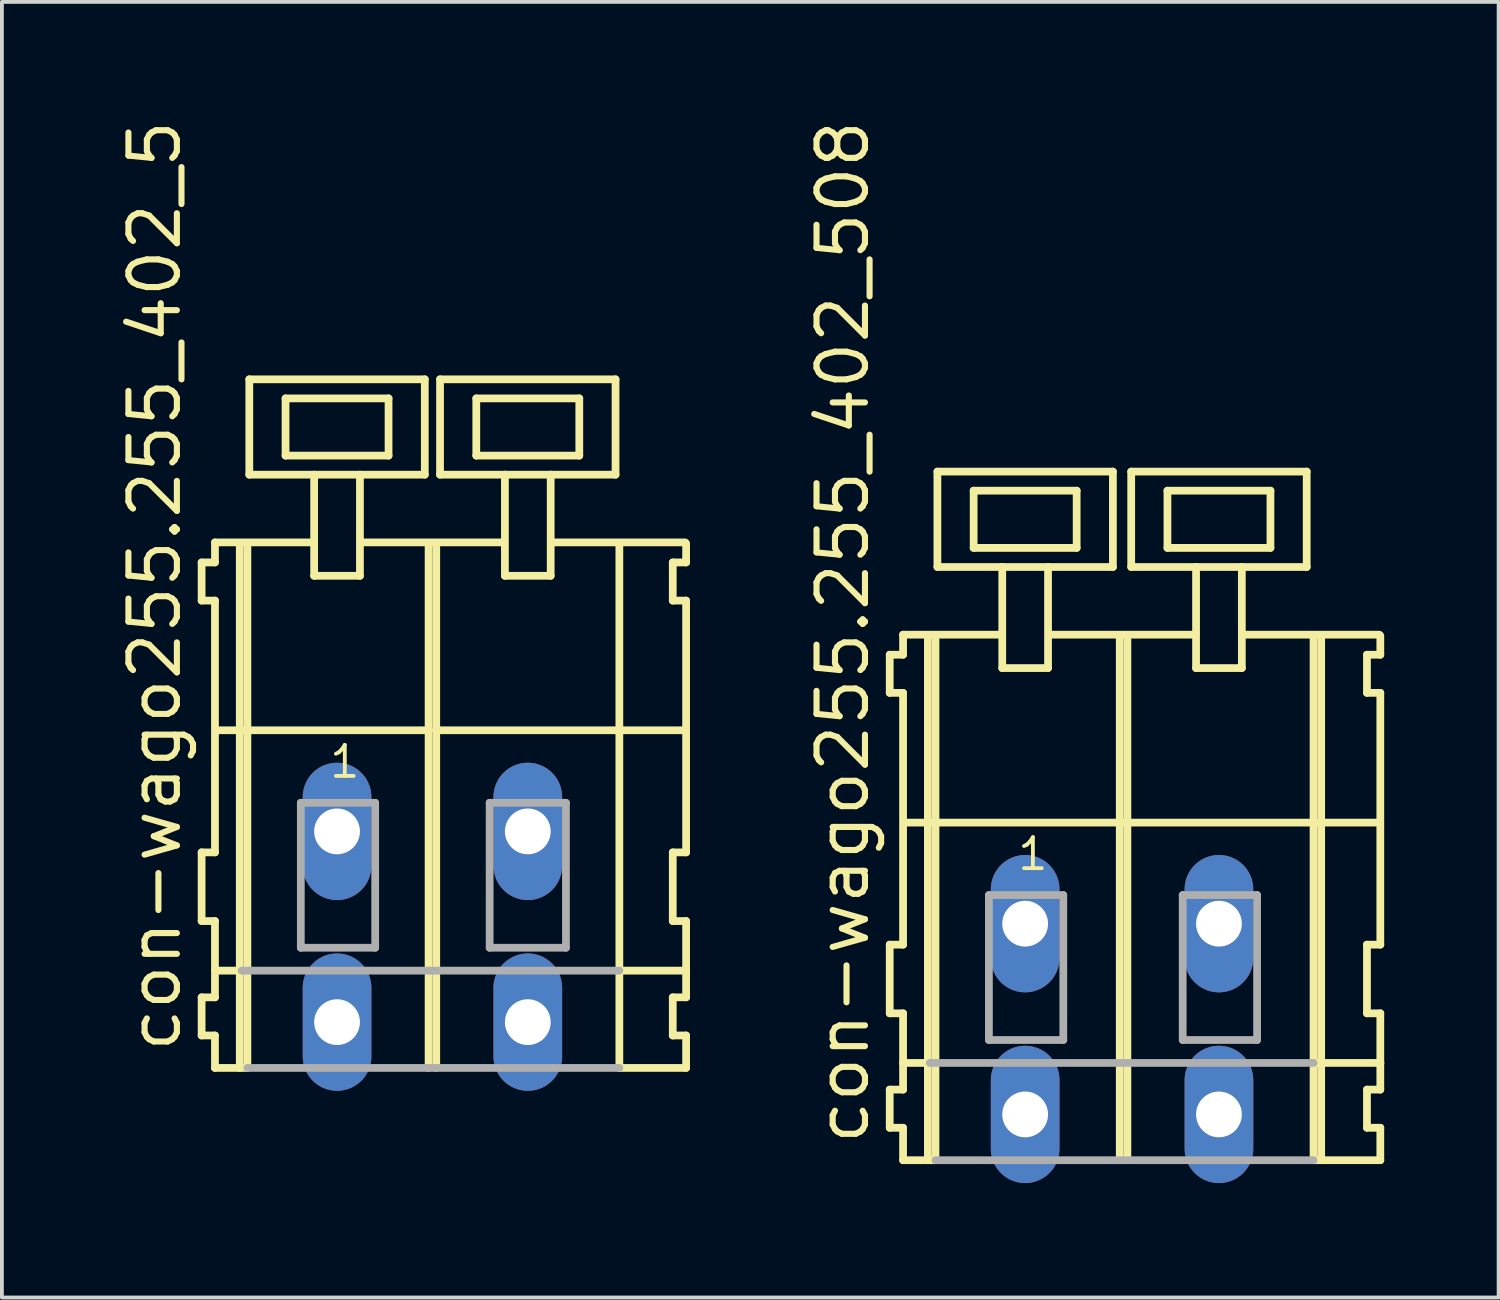
<source format=kicad_pcb>
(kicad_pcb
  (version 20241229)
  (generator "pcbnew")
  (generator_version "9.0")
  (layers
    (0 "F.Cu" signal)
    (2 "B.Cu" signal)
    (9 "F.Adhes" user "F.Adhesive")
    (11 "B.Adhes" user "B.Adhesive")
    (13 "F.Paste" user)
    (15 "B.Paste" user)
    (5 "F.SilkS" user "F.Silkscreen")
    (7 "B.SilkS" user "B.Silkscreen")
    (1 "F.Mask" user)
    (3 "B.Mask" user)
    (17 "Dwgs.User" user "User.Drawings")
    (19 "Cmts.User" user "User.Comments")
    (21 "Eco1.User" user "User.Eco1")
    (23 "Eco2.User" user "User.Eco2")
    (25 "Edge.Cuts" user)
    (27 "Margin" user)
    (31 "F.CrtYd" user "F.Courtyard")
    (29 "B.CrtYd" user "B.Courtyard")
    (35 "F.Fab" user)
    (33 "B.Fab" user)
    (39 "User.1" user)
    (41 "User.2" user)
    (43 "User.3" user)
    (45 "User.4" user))
  (footprint "con-wago255.255_402_5"
    (layer "F.Cu")
    (at 8.285 18.743)
    (property "Reference" "con-wago255.255_402_5" (at -6.535 5.855 90) (layer "F.SilkS") (effects (font (size 1.27 1.27) (thickness 0.16)) (justify left bottom)))
    (attr through_hole)
    (fp_line (start -6.05 -7.05) (end -6.05 -6.05) (stroke (width 0.203) (type default)) (layer "F.SilkS"))
    (fp_line (start -6.05 -6.05) (end -5.7 -6.05) (stroke (width 0.203) (type default)) (layer "F.SilkS"))
    (fp_line (start -6.05 0.55) (end -6.05 2.35) (stroke (width 0.203) (type default)) (layer "F.SilkS"))
    (fp_line (start -6.05 2.35) (end -5.7 2.35) (stroke (width 0.203) (type default)) (layer "F.SilkS"))
    (fp_line (start -6.05 4.35) (end -6.05 5.35) (stroke (width 0.203) (type default)) (layer "F.SilkS"))
    (fp_line (start -6.05 5.35) (end -5.7 5.35) (stroke (width 0.203) (type default)) (layer "F.SilkS"))
    (fp_line (start -5.7 -7.575) (end -5.7 -7.05) (stroke (width 0.203) (type default)) (layer "F.SilkS"))
    (fp_line (start -5.7 -7.575) (end -3.125 -7.575) (stroke (width 0.203) (type default)) (layer "F.SilkS"))
    (fp_line (start -5.7 -7.05) (end -6.05 -7.05) (stroke (width 0.203) (type default)) (layer "F.SilkS"))
    (fp_line (start -5.7 -6.05) (end -5.7 0.55) (stroke (width 0.203) (type default)) (layer "F.SilkS"))
    (fp_line (start -5.7 0.55) (end -6.05 0.55) (stroke (width 0.203) (type default)) (layer "F.SilkS"))
    (fp_line (start -5.7 2.35) (end -5.7 4.35) (stroke (width 0.203) (type default)) (layer "F.SilkS"))
    (fp_line (start -5.7 3.65) (end -5 3.65) (stroke (width 0.203) (type default)) (layer "F.SilkS"))
    (fp_line (start -5.7 4.35) (end -6.05 4.35) (stroke (width 0.203) (type default)) (layer "F.SilkS"))
    (fp_line (start -5.7 5.35) (end -5.7 6.2) (stroke (width 0.203) (type default)) (layer "F.SilkS"))
    (fp_line (start -5.7 6.2) (end -5.05 6.2) (stroke (width 0.203) (type default)) (layer "F.SilkS"))
    (fp_line (start -5.65 -2.65) (end -0.1 -2.65) (stroke (width 0.203) (type default)) (layer "F.SilkS"))
    (fp_line (start -5.05 -7.55) (end -5.05 6.2) (stroke (width 0.203) (type default)) (layer "F.SilkS"))
    (fp_line (start -5.05 6.2) (end -4.85 6.2) (stroke (width 0.203) (type default)) (layer "F.SilkS"))
    (fp_line (start -4.85 -7.55) (end -4.85 6.2) (stroke (width 0.203) (type default)) (layer "F.SilkS"))
    (fp_line (start -4.8 -11.85) (end -4.8 -9.35) (stroke (width 0.203) (type default)) (layer "F.SilkS"))
    (fp_line (start -4.8 -9.35) (end -3.1 -9.35) (stroke (width 0.203) (type default)) (layer "F.SilkS"))
    (fp_line (start -3.85 -11.35) (end -3.85 -9.85) (stroke (width 0.203) (type default)) (layer "F.SilkS"))
    (fp_line (start -3.85 -9.85) (end -1.15 -9.85) (stroke (width 0.203) (type default)) (layer "F.SilkS"))
    (fp_line (start -3.1 -9.35) (end -3.1 -6.7) (stroke (width 0.203) (type default)) (layer "F.SilkS"))
    (fp_line (start -3.1 -9.35) (end -1.9 -9.35) (stroke (width 0.203) (type default)) (layer "F.SilkS"))
    (fp_line (start -3.1 -6.7) (end -1.9 -6.7) (stroke (width 0.203) (type default)) (layer "F.SilkS"))
    (fp_line (start -1.9 -9.35) (end -0.2 -9.35) (stroke (width 0.203) (type default)) (layer "F.SilkS"))
    (fp_line (start -1.9 -6.7) (end -1.9 -9.35) (stroke (width 0.203) (type default)) (layer "F.SilkS"))
    (fp_line (start -1.825 -7.575) (end 1.875 -7.575) (stroke (width 0.203) (type default)) (layer "F.SilkS"))
    (fp_line (start -1.15 -11.35) (end -3.85 -11.35) (stroke (width 0.203) (type default)) (layer "F.SilkS"))
    (fp_line (start -1.15 -9.85) (end -1.15 -11.35) (stroke (width 0.203) (type default)) (layer "F.SilkS"))
    (fp_line (start -0.2 -11.85) (end -4.8 -11.85) (stroke (width 0.203) (type default)) (layer "F.SilkS"))
    (fp_line (start -0.2 -9.35) (end -0.2 -11.85) (stroke (width 0.203) (type default)) (layer "F.SilkS"))
    (fp_line (start -0.1 -7.55) (end -0.1 -2.65) (stroke (width 0.203) (type default)) (layer "F.SilkS"))
    (fp_line (start -0.1 -2.65) (end -0.1 6.2) (stroke (width 0.203) (type default)) (layer "F.SilkS"))
    (fp_line (start 0.1 -7.55) (end 0.1 -2.65) (stroke (width 0.203) (type default)) (layer "F.SilkS"))
    (fp_line (start 0.1 -2.65) (end 0.1 6.2) (stroke (width 0.203) (type default)) (layer "F.SilkS"))
    (fp_line (start 0.1 -2.65) (end 4.9 -2.65) (stroke (width 0.203) (type default)) (layer "F.SilkS"))
    (fp_line (start 0.2 -11.85) (end 0.2 -9.35) (stroke (width 0.203) (type default)) (layer "F.SilkS"))
    (fp_line (start 0.2 -9.35) (end 1.9 -9.35) (stroke (width 0.203) (type default)) (layer "F.SilkS"))
    (fp_line (start 1.15 -11.35) (end 1.15 -9.85) (stroke (width 0.203) (type default)) (layer "F.SilkS"))
    (fp_line (start 1.15 -9.85) (end 3.85 -9.85) (stroke (width 0.203) (type default)) (layer "F.SilkS"))
    (fp_line (start 1.9 -9.35) (end 1.9 -6.7) (stroke (width 0.203) (type default)) (layer "F.SilkS"))
    (fp_line (start 1.9 -9.35) (end 3.1 -9.35) (stroke (width 0.203) (type default)) (layer "F.SilkS"))
    (fp_line (start 1.9 -6.7) (end 3.1 -6.7) (stroke (width 0.203) (type default)) (layer "F.SilkS"))
    (fp_line (start 3.1 -9.35) (end 4.8 -9.35) (stroke (width 0.203) (type default)) (layer "F.SilkS"))
    (fp_line (start 3.1 -6.7) (end 3.1 -9.35) (stroke (width 0.203) (type default)) (layer "F.SilkS"))
    (fp_line (start 3.125 -7.575) (end 6.625 -7.575) (stroke (width 0.203) (type default)) (layer "F.SilkS"))
    (fp_line (start 3.85 -11.35) (end 1.15 -11.35) (stroke (width 0.203) (type default)) (layer "F.SilkS"))
    (fp_line (start 3.85 -9.85) (end 3.85 -11.35) (stroke (width 0.203) (type default)) (layer "F.SilkS"))
    (fp_line (start 4.8 -11.85) (end 0.2 -11.85) (stroke (width 0.203) (type default)) (layer "F.SilkS"))
    (fp_line (start 4.8 -9.35) (end 4.8 -11.85) (stroke (width 0.203) (type default)) (layer "F.SilkS"))
    (fp_line (start 4.9 -7.55) (end 4.9 -2.65) (stroke (width 0.203) (type default)) (layer "F.SilkS"))
    (fp_line (start 4.9 -2.65) (end 4.9 6.2) (stroke (width 0.203) (type default)) (layer "F.SilkS"))
    (fp_line (start 4.9 -2.65) (end 6.6 -2.65) (stroke (width 0.203) (type default)) (layer "F.SilkS"))
    (fp_line (start 4.9 6.2) (end 6.65 6.2) (stroke (width 0.203) (type default)) (layer "F.SilkS"))
    (fp_line (start 4.95 3.65) (end 6.65 3.65) (stroke (width 0.203) (type default)) (layer "F.SilkS"))
    (fp_line (start 6.3 -7.05) (end 6.3 -6.05) (stroke (width 0.203) (type default)) (layer "F.SilkS"))
    (fp_line (start 6.3 -6.05) (end 6.65 -6.05) (stroke (width 0.203) (type default)) (layer "F.SilkS"))
    (fp_line (start 6.3 0.55) (end 6.3 2.35) (stroke (width 0.203) (type default)) (layer "F.SilkS"))
    (fp_line (start 6.3 2.35) (end 6.65 2.35) (stroke (width 0.203) (type default)) (layer "F.SilkS"))
    (fp_line (start 6.3 4.35) (end 6.3 5.35) (stroke (width 0.203) (type default)) (layer "F.SilkS"))
    (fp_line (start 6.3 5.35) (end 6.65 5.35) (stroke (width 0.203) (type default)) (layer "F.SilkS"))
    (fp_line (start 6.65 -7.05) (end 6.3 -7.05) (stroke (width 0.203) (type default)) (layer "F.SilkS"))
    (fp_line (start 6.65 -7.05) (end 6.65 -7.55) (stroke (width 0.203) (type default)) (layer "F.SilkS"))
    (fp_line (start 6.65 0.55) (end 6.3 0.55) (stroke (width 0.203) (type default)) (layer "F.SilkS"))
    (fp_line (start 6.65 0.55) (end 6.65 -6.05) (stroke (width 0.203) (type default)) (layer "F.SilkS"))
    (fp_line (start 6.65 3.65) (end 6.65 2.35) (stroke (width 0.203) (type default)) (layer "F.SilkS"))
    (fp_line (start 6.65 4.35) (end 6.3 4.35) (stroke (width 0.203) (type default)) (layer "F.SilkS"))
    (fp_line (start 6.65 4.35) (end 6.65 3.65) (stroke (width 0.203) (type default)) (layer "F.SilkS"))
    (fp_line (start 6.65 6.2) (end 6.65 5.35) (stroke (width 0.203) (type default)) (layer "F.SilkS"))
    (fp_line (start -5 3.65) (end 4.9 3.65) (stroke (width 0.203) (type default)) (layer "F.Fab"))
    (fp_line (start -4.85 6.2) (end 4.9 6.2) (stroke (width 0.203) (type default)) (layer "F.Fab"))
    (fp_line (start -3.45 -0.75) (end -3.45 3.05) (stroke (width 0.203) (type default)) (layer "F.Fab"))
    (fp_line (start -3.45 3.05) (end -1.5 3.05) (stroke (width 0.203) (type default)) (layer "F.Fab"))
    (fp_line (start -1.5 -0.75) (end -3.45 -0.75) (stroke (width 0.203) (type default)) (layer "F.Fab"))
    (fp_line (start -1.5 3.05) (end -1.5 -0.75) (stroke (width 0.203) (type default)) (layer "F.Fab"))
    (fp_line (start 1.5 -0.75) (end 1.5 3.05) (stroke (width 0.203) (type default)) (layer "F.Fab"))
    (fp_line (start 1.5 3.05) (end 3.5 3.05) (stroke (width 0.203) (type default)) (layer "F.Fab"))
    (fp_line (start 3.5 -0.75) (end 1.5 -0.75) (stroke (width 0.203) (type default)) (layer "F.Fab"))
    (fp_line (start 3.5 3.05) (end 3.5 -0.75) (stroke (width 0.203) (type default)) (layer "F.Fab"))
    (fp_text user "1" (at -2.75 -1.35 0) (layer "F.SilkS") (effects (font (size 0.813 0.813) (thickness 0.1)) (justify left bottom)))
    (pad "A1" thru_hole oval (at -2.5 0 90) (size 3.6 1.8) (drill 1.2) (layers "*.Cu" "*.Mask"))
    (pad "A2" thru_hole oval (at 2.5 0 90) (size 3.6 1.8) (drill 1.2) (layers "*.Cu" "*.Mask"))
    (pad "B1" thru_hole oval (at -2.5 5 90) (size 3.6 1.8) (drill 1.2) (layers "*.Cu" "*.Mask"))
    (pad "B2" thru_hole oval (at 2.5 5 90) (size 3.6 1.8) (drill 1.2) (layers "*.Cu" "*.Mask")))
  (footprint "con-wago255.255_402_508"
    (layer "F.Cu")
    (at 26.362 21.162)
    (property "Reference" "con-wago255.255_402_508" (at -6.575 5.855 90) (layer "F.SilkS") (effects (font (size 1.27 1.27) (thickness 0.16)) (justify left bottom)))
    (attr through_hole)
    (fp_line (start -6.09 -7.05) (end -6.09 -6.05) (stroke (width 0.203) (type default)) (layer "F.SilkS"))
    (fp_line (start -6.09 -6.05) (end -5.74 -6.05) (stroke (width 0.203) (type default)) (layer "F.SilkS"))
    (fp_line (start -6.09 0.55) (end -6.09 2.35) (stroke (width 0.203) (type default)) (layer "F.SilkS"))
    (fp_line (start -6.09 2.35) (end -5.74 2.35) (stroke (width 0.203) (type default)) (layer "F.SilkS"))
    (fp_line (start -6.09 4.35) (end -6.09 5.35) (stroke (width 0.203) (type default)) (layer "F.SilkS"))
    (fp_line (start -6.09 5.35) (end -5.74 5.35) (stroke (width 0.203) (type default)) (layer "F.SilkS"))
    (fp_line (start -5.74 -7.575) (end -5.74 -7.05) (stroke (width 0.203) (type default)) (layer "F.SilkS"))
    (fp_line (start -5.74 -7.575) (end -3.165 -7.575) (stroke (width 0.203) (type default)) (layer "F.SilkS"))
    (fp_line (start -5.74 -7.05) (end -6.09 -7.05) (stroke (width 0.203) (type default)) (layer "F.SilkS"))
    (fp_line (start -5.74 -6.05) (end -5.74 0.55) (stroke (width 0.203) (type default)) (layer "F.SilkS"))
    (fp_line (start -5.74 0.55) (end -6.09 0.55) (stroke (width 0.203) (type default)) (layer "F.SilkS"))
    (fp_line (start -5.74 2.35) (end -5.74 4.35) (stroke (width 0.203) (type default)) (layer "F.SilkS"))
    (fp_line (start -5.74 3.65) (end -5.04 3.65) (stroke (width 0.203) (type default)) (layer "F.SilkS"))
    (fp_line (start -5.74 4.35) (end -6.09 4.35) (stroke (width 0.203) (type default)) (layer "F.SilkS"))
    (fp_line (start -5.74 5.35) (end -5.74 6.2) (stroke (width 0.203) (type default)) (layer "F.SilkS"))
    (fp_line (start -5.74 6.2) (end -5.09 6.2) (stroke (width 0.203) (type default)) (layer "F.SilkS"))
    (fp_line (start -5.69 -2.65) (end -0.06 -2.65) (stroke (width 0.203) (type default)) (layer "F.SilkS"))
    (fp_line (start -5.09 -7.55) (end -5.09 6.2) (stroke (width 0.203) (type default)) (layer "F.SilkS"))
    (fp_line (start -5.09 6.2) (end -4.89 6.2) (stroke (width 0.203) (type default)) (layer "F.SilkS"))
    (fp_line (start -4.89 -7.55) (end -4.89 6.2) (stroke (width 0.203) (type default)) (layer "F.SilkS"))
    (fp_line (start -4.84 -11.85) (end -4.84 -9.35) (stroke (width 0.203) (type default)) (layer "F.SilkS"))
    (fp_line (start -4.84 -9.35) (end -3.14 -9.35) (stroke (width 0.203) (type default)) (layer "F.SilkS"))
    (fp_line (start -3.89 -11.35) (end -3.89 -9.85) (stroke (width 0.203) (type default)) (layer "F.SilkS"))
    (fp_line (start -3.89 -9.85) (end -1.19 -9.85) (stroke (width 0.203) (type default)) (layer "F.SilkS"))
    (fp_line (start -3.14 -9.35) (end -3.14 -6.7) (stroke (width 0.203) (type default)) (layer "F.SilkS"))
    (fp_line (start -3.14 -9.35) (end -1.94 -9.35) (stroke (width 0.203) (type default)) (layer "F.SilkS"))
    (fp_line (start -3.14 -6.7) (end -1.94 -6.7) (stroke (width 0.203) (type default)) (layer "F.SilkS"))
    (fp_line (start -1.94 -9.35) (end -0.24 -9.35) (stroke (width 0.203) (type default)) (layer "F.SilkS"))
    (fp_line (start -1.94 -6.7) (end -1.94 -9.35) (stroke (width 0.203) (type default)) (layer "F.SilkS"))
    (fp_line (start -1.915 -7.575) (end 1.919 -7.575) (stroke (width 0.203) (type default)) (layer "F.SilkS"))
    (fp_line (start -1.19 -11.35) (end -3.89 -11.35) (stroke (width 0.203) (type default)) (layer "F.SilkS"))
    (fp_line (start -1.19 -9.85) (end -1.19 -11.35) (stroke (width 0.203) (type default)) (layer "F.SilkS"))
    (fp_line (start -0.24 -11.85) (end -4.84 -11.85) (stroke (width 0.203) (type default)) (layer "F.SilkS"))
    (fp_line (start -0.24 -9.35) (end -0.24 -11.85) (stroke (width 0.203) (type default)) (layer "F.SilkS"))
    (fp_line (start -0.06 -7.55) (end -0.06 -2.65) (stroke (width 0.203) (type default)) (layer "F.SilkS"))
    (fp_line (start -0.06 -2.65) (end -0.06 6.2) (stroke (width 0.203) (type default)) (layer "F.SilkS"))
    (fp_line (start -0.06 -2.65) (end 5.02 -2.65) (stroke (width 0.203) (type default)) (layer "F.SilkS"))
    (fp_line (start 0.14 -7.55) (end 0.14 6.2) (stroke (width 0.203) (type default)) (layer "F.SilkS"))
    (fp_line (start 0.24 -11.85) (end 0.24 -9.35) (stroke (width 0.203) (type default)) (layer "F.SilkS"))
    (fp_line (start 0.24 -9.35) (end 1.94 -9.35) (stroke (width 0.203) (type default)) (layer "F.SilkS"))
    (fp_line (start 1.19 -11.35) (end 1.19 -9.85) (stroke (width 0.203) (type default)) (layer "F.SilkS"))
    (fp_line (start 1.19 -9.85) (end 3.89 -9.85) (stroke (width 0.203) (type default)) (layer "F.SilkS"))
    (fp_line (start 1.94 -9.35) (end 1.94 -6.7) (stroke (width 0.203) (type default)) (layer "F.SilkS"))
    (fp_line (start 1.94 -9.35) (end 3.14 -9.35) (stroke (width 0.203) (type default)) (layer "F.SilkS"))
    (fp_line (start 1.94 -6.7) (end 3.14 -6.7) (stroke (width 0.203) (type default)) (layer "F.SilkS"))
    (fp_line (start 3.14 -9.35) (end 4.84 -9.35) (stroke (width 0.203) (type default)) (layer "F.SilkS"))
    (fp_line (start 3.14 -6.7) (end 3.14 -9.35) (stroke (width 0.203) (type default)) (layer "F.SilkS"))
    (fp_line (start 3.165 -7.575) (end 6.745 -7.575) (stroke (width 0.203) (type default)) (layer "F.SilkS"))
    (fp_line (start 3.89 -11.35) (end 1.19 -11.35) (stroke (width 0.203) (type default)) (layer "F.SilkS"))
    (fp_line (start 3.89 -9.85) (end 3.89 -11.35) (stroke (width 0.203) (type default)) (layer "F.SilkS"))
    (fp_line (start 4.84 -11.85) (end 0.24 -11.85) (stroke (width 0.203) (type default)) (layer "F.SilkS"))
    (fp_line (start 4.84 -9.35) (end 4.84 -11.85) (stroke (width 0.203) (type default)) (layer "F.SilkS"))
    (fp_line (start 5.02 -7.55) (end 5.02 -2.65) (stroke (width 0.203) (type default)) (layer "F.SilkS"))
    (fp_line (start 5.02 -2.65) (end 5.02 6.2) (stroke (width 0.203) (type default)) (layer "F.SilkS"))
    (fp_line (start 5.02 -2.65) (end 6.72 -2.65) (stroke (width 0.203) (type default)) (layer "F.SilkS"))
    (fp_line (start 5.02 6.2) (end 6.77 6.2) (stroke (width 0.203) (type default)) (layer "F.SilkS"))
    (fp_line (start 5.07 3.65) (end 6.77 3.65) (stroke (width 0.203) (type default)) (layer "F.SilkS"))
    (fp_line (start 5.22 -7.55) (end 5.22 6.2) (stroke (width 0.203) (type default)) (layer "F.SilkS"))
    (fp_line (start 6.42 -7.05) (end 6.42 -6.05) (stroke (width 0.203) (type default)) (layer "F.SilkS"))
    (fp_line (start 6.42 -6.05) (end 6.77 -6.05) (stroke (width 0.203) (type default)) (layer "F.SilkS"))
    (fp_line (start 6.42 0.55) (end 6.42 2.35) (stroke (width 0.203) (type default)) (layer "F.SilkS"))
    (fp_line (start 6.42 2.35) (end 6.77 2.35) (stroke (width 0.203) (type default)) (layer "F.SilkS"))
    (fp_line (start 6.42 4.35) (end 6.42 5.35) (stroke (width 0.203) (type default)) (layer "F.SilkS"))
    (fp_line (start 6.42 5.35) (end 6.77 5.35) (stroke (width 0.203) (type default)) (layer "F.SilkS"))
    (fp_line (start 6.77 -7.05) (end 6.42 -7.05) (stroke (width 0.203) (type default)) (layer "F.SilkS"))
    (fp_line (start 6.77 -7.05) (end 6.77 -7.55) (stroke (width 0.203) (type default)) (layer "F.SilkS"))
    (fp_line (start 6.77 0.55) (end 6.42 0.55) (stroke (width 0.203) (type default)) (layer "F.SilkS"))
    (fp_line (start 6.77 0.55) (end 6.77 -6.05) (stroke (width 0.203) (type default)) (layer "F.SilkS"))
    (fp_line (start 6.77 3.65) (end 6.77 2.35) (stroke (width 0.203) (type default)) (layer "F.SilkS"))
    (fp_line (start 6.77 4.35) (end 6.42 4.35) (stroke (width 0.203) (type default)) (layer "F.SilkS"))
    (fp_line (start 6.77 4.35) (end 6.77 3.65) (stroke (width 0.203) (type default)) (layer "F.SilkS"))
    (fp_line (start 6.77 6.2) (end 6.77 5.35) (stroke (width 0.203) (type default)) (layer "F.SilkS"))
    (fp_line (start -5.04 3.65) (end 5.02 3.65) (stroke (width 0.203) (type default)) (layer "F.Fab"))
    (fp_line (start -4.89 6.2) (end 5.02 6.2) (stroke (width 0.203) (type default)) (layer "F.Fab"))
    (fp_line (start -3.49 -0.75) (end -3.49 3.05) (stroke (width 0.203) (type default)) (layer "F.Fab"))
    (fp_line (start -3.49 3.05) (end -1.54 3.05) (stroke (width 0.203) (type default)) (layer "F.Fab"))
    (fp_line (start -1.54 -0.75) (end -3.49 -0.75) (stroke (width 0.203) (type default)) (layer "F.Fab"))
    (fp_line (start -1.54 3.05) (end -1.54 -0.75) (stroke (width 0.203) (type default)) (layer "F.Fab"))
    (fp_line (start 1.59 -0.75) (end 1.59 3.05) (stroke (width 0.203) (type default)) (layer "F.Fab"))
    (fp_line (start 1.59 3.05) (end 3.54 3.05) (stroke (width 0.203) (type default)) (layer "F.Fab"))
    (fp_line (start 3.54 -0.75) (end 1.59 -0.75) (stroke (width 0.203) (type default)) (layer "F.Fab"))
    (fp_line (start 3.54 3.05) (end 3.54 -0.75) (stroke (width 0.203) (type default)) (layer "F.Fab"))
    (fp_text user "1" (at -2.79 -1.35 0) (layer "F.SilkS") (effects (font (size 0.813 0.813) (thickness 0.1)) (justify left bottom)))
    (pad "A1" thru_hole oval (at -2.54 0 90) (size 3.6 1.8) (drill 1.2) (layers "*.Cu" "*.Mask"))
    (pad "A2" thru_hole oval (at 2.54 0 90) (size 3.6 1.8) (drill 1.2) (layers "*.Cu" "*.Mask"))
    (pad "B1" thru_hole oval (at -2.54 5 90) (size 3.6 1.8) (drill 1.2) (layers "*.Cu" "*.Mask"))
    (pad "B2" thru_hole oval (at 2.54 5 90) (size 3.6 1.8) (drill 1.2) (layers "*.Cu" "*.Mask")))
  (gr_rect
    (start -3 -3)
    (end 36.233 30.962)
    (stroke (width 0.1) (type default))
    (fill no)
    (layer "Edge.Cuts")))
</source>
